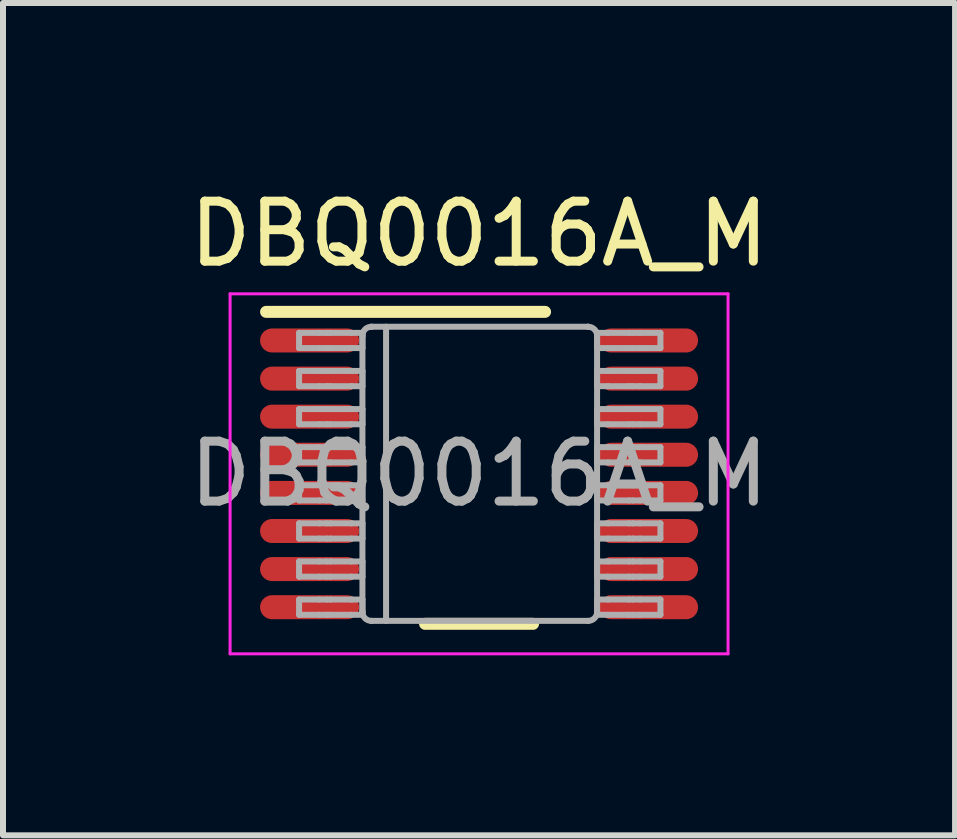
<source format=kicad_pcb>
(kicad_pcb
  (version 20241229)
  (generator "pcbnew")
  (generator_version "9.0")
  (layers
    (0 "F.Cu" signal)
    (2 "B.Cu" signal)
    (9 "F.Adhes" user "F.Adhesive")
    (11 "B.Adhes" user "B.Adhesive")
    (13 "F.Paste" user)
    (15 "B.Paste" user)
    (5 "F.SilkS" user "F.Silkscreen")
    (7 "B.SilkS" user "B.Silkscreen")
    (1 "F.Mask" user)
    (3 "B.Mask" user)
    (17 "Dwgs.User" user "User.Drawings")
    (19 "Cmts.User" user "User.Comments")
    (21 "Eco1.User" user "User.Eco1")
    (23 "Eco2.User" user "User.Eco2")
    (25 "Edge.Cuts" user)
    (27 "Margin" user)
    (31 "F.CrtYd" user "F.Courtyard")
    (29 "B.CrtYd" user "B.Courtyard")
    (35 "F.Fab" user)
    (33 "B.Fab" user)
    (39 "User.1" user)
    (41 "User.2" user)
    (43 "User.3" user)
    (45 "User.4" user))
  (footprint "DBQ0016A_M"
    (layer "F.Cu")
    (at 4.935 4.848)
    (property "Reference" "DBQ0016A_M" (at 0 -4 0) (layer "F.SilkS") (effects (font (size 1 1) (thickness 0.15))))
    (attr smd)
    (fp_line (start -3.55 -2.7) (end 1.1 -2.7) (stroke (width 0.2) (type solid)) (layer "F.SilkS"))
    (fp_line (start -0.9 2.5) (end 0.9 2.5) (stroke (width 0.2) (type solid)) (layer "F.SilkS"))
    (fp_line (start -4.15 -3) (end 4.15 -3) (stroke (width 0.05) (type solid)) (layer "F.CrtYd"))
    (fp_line (start -4.15 3) (end -4.15 -3) (stroke (width 0.05) (type solid)) (layer "F.CrtYd"))
    (fp_line (start -4.15 3) (end 4.15 3) (stroke (width 0.05) (type solid)) (layer "F.CrtYd"))
    (fp_line (start 4.15 3) (end 4.15 -3) (stroke (width 0.05) (type solid)) (layer "F.CrtYd"))
    (fp_line (start -3 -2.35) (end -2.66 -2.35) (stroke (width 0.1) (type solid)) (layer "F.Fab"))
    (fp_line (start -3 -2.096) (end -3 -2.35) (stroke (width 0.1) (type solid)) (layer "F.Fab"))
    (fp_line (start -3 -2.096) (end -2.66 -2.096) (stroke (width 0.1) (type solid)) (layer "F.Fab"))
    (fp_line (start -3 -1.715) (end -2.66 -1.715) (stroke (width 0.1) (type solid)) (layer "F.Fab"))
    (fp_line (start -3 -1.461) (end -3 -1.715) (stroke (width 0.1) (type solid)) (layer "F.Fab"))
    (fp_line (start -3 -1.461) (end -2.66 -1.461) (stroke (width 0.1) (type solid)) (layer "F.Fab"))
    (fp_line (start -3 -1.08) (end -2.66 -1.08) (stroke (width 0.1) (type solid)) (layer "F.Fab"))
    (fp_line (start -3 -0.826) (end -3 -1.08) (stroke (width 0.1) (type solid)) (layer "F.Fab"))
    (fp_line (start -3 -0.826) (end -2.66 -0.826) (stroke (width 0.1) (type solid)) (layer "F.Fab"))
    (fp_line (start -3 -0.445) (end -2.66 -0.445) (stroke (width 0.1) (type solid)) (layer "F.Fab"))
    (fp_line (start -3 -0.191) (end -3 -0.445) (stroke (width 0.1) (type solid)) (layer "F.Fab"))
    (fp_line (start -3 -0.191) (end -2.66 -0.191) (stroke (width 0.1) (type solid)) (layer "F.Fab"))
    (fp_line (start -3 0.19) (end -2.66 0.19) (stroke (width 0.1) (type solid)) (layer "F.Fab"))
    (fp_line (start -3 0.444) (end -3 0.19) (stroke (width 0.1) (type solid)) (layer "F.Fab"))
    (fp_line (start -3 0.444) (end -2.66 0.444) (stroke (width 0.1) (type solid)) (layer "F.Fab"))
    (fp_line (start -3 0.825) (end -2.66 0.825) (stroke (width 0.1) (type solid)) (layer "F.Fab"))
    (fp_line (start -3 1.079) (end -3 0.825) (stroke (width 0.1) (type solid)) (layer "F.Fab"))
    (fp_line (start -3 1.079) (end -2.66 1.079) (stroke (width 0.1) (type solid)) (layer "F.Fab"))
    (fp_line (start -3 1.46) (end -2.66 1.46) (stroke (width 0.1) (type solid)) (layer "F.Fab"))
    (fp_line (start -3 1.714) (end -3 1.46) (stroke (width 0.1) (type solid)) (layer "F.Fab"))
    (fp_line (start -3 1.714) (end -2.66 1.714) (stroke (width 0.1) (type solid)) (layer "F.Fab"))
    (fp_line (start -3 2.095) (end -2.66 2.095) (stroke (width 0.1) (type solid)) (layer "F.Fab"))
    (fp_line (start -3 2.349) (end -3 2.095) (stroke (width 0.1) (type solid)) (layer "F.Fab"))
    (fp_line (start -3 2.349) (end -2.66 2.349) (stroke (width 0.1) (type solid)) (layer "F.Fab"))
    (fp_line (start -2.66 -2.35) (end -2.544 -2.35) (stroke (width 0.1) (type solid)) (layer "F.Fab"))
    (fp_line (start -2.66 -2.096) (end -2.544 -2.096) (stroke (width 0.1) (type solid)) (layer "F.Fab"))
    (fp_line (start -2.66 -1.715) (end -2.544 -1.715) (stroke (width 0.1) (type solid)) (layer "F.Fab"))
    (fp_line (start -2.66 -1.461) (end -2.544 -1.461) (stroke (width 0.1) (type solid)) (layer "F.Fab"))
    (fp_line (start -2.66 -1.08) (end -2.544 -1.08) (stroke (width 0.1) (type solid)) (layer "F.Fab"))
    (fp_line (start -2.66 -0.826) (end -2.544 -0.826) (stroke (width 0.1) (type solid)) (layer "F.Fab"))
    (fp_line (start -2.66 -0.445) (end -2.544 -0.445) (stroke (width 0.1) (type solid)) (layer "F.Fab"))
    (fp_line (start -2.66 -0.191) (end -2.544 -0.191) (stroke (width 0.1) (type solid)) (layer "F.Fab"))
    (fp_line (start -2.66 0.19) (end -2.544 0.19) (stroke (width 0.1) (type solid)) (layer "F.Fab"))
    (fp_line (start -2.66 0.444) (end -2.544 0.444) (stroke (width 0.1) (type solid)) (layer "F.Fab"))
    (fp_line (start -2.66 0.825) (end -2.544 0.825) (stroke (width 0.1) (type solid)) (layer "F.Fab"))
    (fp_line (start -2.66 1.079) (end -2.544 1.079) (stroke (width 0.1) (type solid)) (layer "F.Fab"))
    (fp_line (start -2.66 1.46) (end -2.544 1.46) (stroke (width 0.1) (type solid)) (layer "F.Fab"))
    (fp_line (start -2.66 1.714) (end -2.544 1.714) (stroke (width 0.1) (type solid)) (layer "F.Fab"))
    (fp_line (start -2.66 2.095) (end -2.544 2.095) (stroke (width 0.1) (type solid)) (layer "F.Fab"))
    (fp_line (start -2.66 2.349) (end -2.544 2.349) (stroke (width 0.1) (type solid)) (layer "F.Fab"))
    (fp_line (start -2.544 -2.35) (end -2.477 -2.35) (stroke (width 0.1) (type solid)) (layer "F.Fab"))
    (fp_line (start -2.544 -2.096) (end -2.477 -2.096) (stroke (width 0.1) (type solid)) (layer "F.Fab"))
    (fp_line (start -2.544 -1.715) (end -2.477 -1.715) (stroke (width 0.1) (type solid)) (layer "F.Fab"))
    (fp_line (start -2.544 -1.461) (end -2.477 -1.461) (stroke (width 0.1) (type solid)) (layer "F.Fab"))
    (fp_line (start -2.544 -1.08) (end -2.477 -1.08) (stroke (width 0.1) (type solid)) (layer "F.Fab"))
    (fp_line (start -2.544 -0.826) (end -2.477 -0.826) (stroke (width 0.1) (type solid)) (layer "F.Fab"))
    (fp_line (start -2.544 -0.445) (end -2.477 -0.445) (stroke (width 0.1) (type solid)) (layer "F.Fab"))
    (fp_line (start -2.544 -0.191) (end -2.477 -0.191) (stroke (width 0.1) (type solid)) (layer "F.Fab"))
    (fp_line (start -2.544 0.19) (end -2.477 0.19) (stroke (width 0.1) (type solid)) (layer "F.Fab"))
    (fp_line (start -2.544 0.444) (end -2.477 0.444) (stroke (width 0.1) (type solid)) (layer "F.Fab"))
    (fp_line (start -2.544 0.825) (end -2.477 0.825) (stroke (width 0.1) (type solid)) (layer "F.Fab"))
    (fp_line (start -2.544 1.079) (end -2.477 1.079) (stroke (width 0.1) (type solid)) (layer "F.Fab"))
    (fp_line (start -2.544 1.46) (end -2.477 1.46) (stroke (width 0.1) (type solid)) (layer "F.Fab"))
    (fp_line (start -2.544 1.714) (end -2.477 1.714) (stroke (width 0.1) (type solid)) (layer "F.Fab"))
    (fp_line (start -2.544 2.095) (end -2.477 2.095) (stroke (width 0.1) (type solid)) (layer "F.Fab"))
    (fp_line (start -2.544 2.349) (end -2.477 2.349) (stroke (width 0.1) (type solid)) (layer "F.Fab"))
    (fp_line (start -2.477 -2.35) (end -2.127 -2.35) (stroke (width 0.1) (type solid)) (layer "F.Fab"))
    (fp_line (start -2.477 -2.096) (end -2.127 -2.096) (stroke (width 0.1) (type solid)) (layer "F.Fab"))
    (fp_line (start -2.477 -1.715) (end -2.127 -1.715) (stroke (width 0.1) (type solid)) (layer "F.Fab"))
    (fp_line (start -2.477 -1.461) (end -2.127 -1.461) (stroke (width 0.1) (type solid)) (layer "F.Fab"))
    (fp_line (start -2.477 -1.08) (end -2.127 -1.08) (stroke (width 0.1) (type solid)) (layer "F.Fab"))
    (fp_line (start -2.477 -0.826) (end -2.127 -0.826) (stroke (width 0.1) (type solid)) (layer "F.Fab"))
    (fp_line (start -2.477 -0.445) (end -2.127 -0.445) (stroke (width 0.1) (type solid)) (layer "F.Fab"))
    (fp_line (start -2.477 -0.191) (end -2.127 -0.191) (stroke (width 0.1) (type solid)) (layer "F.Fab"))
    (fp_line (start -2.477 0.19) (end -2.127 0.19) (stroke (width 0.1) (type solid)) (layer "F.Fab"))
    (fp_line (start -2.477 0.444) (end -2.127 0.444) (stroke (width 0.1) (type solid)) (layer "F.Fab"))
    (fp_line (start -2.477 0.825) (end -2.127 0.825) (stroke (width 0.1) (type solid)) (layer "F.Fab"))
    (fp_line (start -2.477 1.079) (end -2.127 1.079) (stroke (width 0.1) (type solid)) (layer "F.Fab"))
    (fp_line (start -2.477 1.46) (end -2.127 1.46) (stroke (width 0.1) (type solid)) (layer "F.Fab"))
    (fp_line (start -2.477 1.714) (end -2.127 1.714) (stroke (width 0.1) (type solid)) (layer "F.Fab"))
    (fp_line (start -2.477 2.095) (end -2.127 2.095) (stroke (width 0.1) (type solid)) (layer "F.Fab"))
    (fp_line (start -2.477 2.349) (end -2.127 2.349) (stroke (width 0.1) (type solid)) (layer "F.Fab"))
    (fp_line (start -2.127 -2.35) (end -1.944 -2.35) (stroke (width 0.1) (type solid)) (layer "F.Fab"))
    (fp_line (start -2.127 -2.096) (end -1.944 -2.096) (stroke (width 0.1) (type solid)) (layer "F.Fab"))
    (fp_line (start -2.127 -1.715) (end -1.944 -1.715) (stroke (width 0.1) (type solid)) (layer "F.Fab"))
    (fp_line (start -2.127 -1.461) (end -1.944 -1.461) (stroke (width 0.1) (type solid)) (layer "F.Fab"))
    (fp_line (start -2.127 -1.08) (end -1.944 -1.08) (stroke (width 0.1) (type solid)) (layer "F.Fab"))
    (fp_line (start -2.127 -0.826) (end -1.944 -0.826) (stroke (width 0.1) (type solid)) (layer "F.Fab"))
    (fp_line (start -2.127 -0.445) (end -1.944 -0.445) (stroke (width 0.1) (type solid)) (layer "F.Fab"))
    (fp_line (start -2.127 -0.191) (end -1.944 -0.191) (stroke (width 0.1) (type solid)) (layer "F.Fab"))
    (fp_line (start -2.127 0.19) (end -1.944 0.19) (stroke (width 0.1) (type solid)) (layer "F.Fab"))
    (fp_line (start -2.127 0.444) (end -1.944 0.444) (stroke (width 0.1) (type solid)) (layer "F.Fab"))
    (fp_line (start -2.127 0.825) (end -1.944 0.825) (stroke (width 0.1) (type solid)) (layer "F.Fab"))
    (fp_line (start -2.127 1.079) (end -1.944 1.079) (stroke (width 0.1) (type solid)) (layer "F.Fab"))
    (fp_line (start -2.127 1.46) (end -1.944 1.46) (stroke (width 0.1) (type solid)) (layer "F.Fab"))
    (fp_line (start -2.127 1.714) (end -1.944 1.714) (stroke (width 0.1) (type solid)) (layer "F.Fab"))
    (fp_line (start -2.127 2.095) (end -1.944 2.095) (stroke (width 0.1) (type solid)) (layer "F.Fab"))
    (fp_line (start -2.127 2.349) (end -1.944 2.349) (stroke (width 0.1) (type solid)) (layer "F.Fab"))
    (fp_line (start -1.944 -2.299) (end -1.944 -2.302) (stroke (width 0.1) (type solid)) (layer "F.Fab"))
    (fp_line (start -1.944 -2.096) (end -1.944 -2.35) (stroke (width 0.1) (type solid)) (layer "F.Fab"))
    (fp_line (start -1.944 -1.461) (end -1.944 -1.715) (stroke (width 0.1) (type solid)) (layer "F.Fab"))
    (fp_line (start -1.944 -0.826) (end -1.944 -1.08) (stroke (width 0.1) (type solid)) (layer "F.Fab"))
    (fp_line (start -1.944 -0.191) (end -1.944 -0.445) (stroke (width 0.1) (type solid)) (layer "F.Fab"))
    (fp_line (start -1.944 0.444) (end -1.944 0.19) (stroke (width 0.1) (type solid)) (layer "F.Fab"))
    (fp_line (start -1.944 1.079) (end -1.944 0.825) (stroke (width 0.1) (type solid)) (layer "F.Fab"))
    (fp_line (start -1.944 1.714) (end -1.944 1.46) (stroke (width 0.1) (type solid)) (layer "F.Fab"))
    (fp_line (start -1.944 2.298) (end -1.944 -2.299) (stroke (width 0.1) (type solid)) (layer "F.Fab"))
    (fp_line (start -1.944 2.298) (end -1.944 2.301) (stroke (width 0.1) (type solid)) (layer "F.Fab"))
    (fp_line (start -1.944 2.349) (end -1.944 2.095) (stroke (width 0.1) (type solid)) (layer "F.Fab"))
    (fp_line (start -1.794 -2.452) (end -1.792 -2.452) (stroke (width 0.1) (type solid)) (layer "F.Fab"))
    (fp_line (start -1.794 2.451) (end -1.792 2.451) (stroke (width 0.1) (type solid)) (layer "F.Fab"))
    (fp_line (start -1.792 -2.452) (end 1.815 -2.452) (stroke (width 0.1) (type solid)) (layer "F.Fab"))
    (fp_line (start -1.792 2.451) (end 1.815 2.451) (stroke (width 0.1) (type solid)) (layer "F.Fab"))
    (fp_line (start -1.55 2.451) (end -1.55 -2.452) (stroke (width 0.1) (type solid)) (layer "F.Fab"))
    (fp_line (start 1.815 -2.452) (end 1.817 -2.452) (stroke (width 0.1) (type solid)) (layer "F.Fab"))
    (fp_line (start 1.815 2.451) (end 1.817 2.451) (stroke (width 0.1) (type solid)) (layer "F.Fab"))
    (fp_line (start 1.967 -2.302) (end 1.967 -2.299) (stroke (width 0.1) (type solid)) (layer "F.Fab"))
    (fp_line (start 1.967 2.301) (end 1.967 2.298) (stroke (width 0.1) (type solid)) (layer "F.Fab"))
    (fp_line (start 1.967 -2.35) (end 2.149 -2.35) (stroke (width 0.1) (type solid)) (layer "F.Fab"))
    (fp_line (start 1.967 -2.096) (end 1.967 -2.35) (stroke (width 0.1) (type solid)) (layer "F.Fab"))
    (fp_line (start 1.967 -2.096) (end 2.149 -2.096) (stroke (width 0.1) (type solid)) (layer "F.Fab"))
    (fp_line (start 1.967 -1.715) (end 2.149 -1.715) (stroke (width 0.1) (type solid)) (layer "F.Fab"))
    (fp_line (start 1.967 -1.461) (end 1.967 -1.715) (stroke (width 0.1) (type solid)) (layer "F.Fab"))
    (fp_line (start 1.967 -1.461) (end 2.149 -1.461) (stroke (width 0.1) (type solid)) (layer "F.Fab"))
    (fp_line (start 1.967 -1.08) (end 2.149 -1.08) (stroke (width 0.1) (type solid)) (layer "F.Fab"))
    (fp_line (start 1.967 -0.826) (end 1.967 -1.08) (stroke (width 0.1) (type solid)) (layer "F.Fab"))
    (fp_line (start 1.967 -0.826) (end 2.149 -0.826) (stroke (width 0.1) (type solid)) (layer "F.Fab"))
    (fp_line (start 1.967 -0.445) (end 2.149 -0.445) (stroke (width 0.1) (type solid)) (layer "F.Fab"))
    (fp_line (start 1.967 -0.191) (end 1.967 -0.445) (stroke (width 0.1) (type solid)) (layer "F.Fab"))
    (fp_line (start 1.967 -0.191) (end 2.149 -0.191) (stroke (width 0.1) (type solid)) (layer "F.Fab"))
    (fp_line (start 1.967 0.19) (end 2.149 0.19) (stroke (width 0.1) (type solid)) (layer "F.Fab"))
    (fp_line (start 1.967 0.444) (end 1.967 0.19) (stroke (width 0.1) (type solid)) (layer "F.Fab"))
    (fp_line (start 1.967 0.444) (end 2.149 0.444) (stroke (width 0.1) (type solid)) (layer "F.Fab"))
    (fp_line (start 1.967 0.825) (end 2.149 0.825) (stroke (width 0.1) (type solid)) (layer "F.Fab"))
    (fp_line (start 1.967 1.079) (end 1.967 0.825) (stroke (width 0.1) (type solid)) (layer "F.Fab"))
    (fp_line (start 1.967 1.079) (end 2.149 1.079) (stroke (width 0.1) (type solid)) (layer "F.Fab"))
    (fp_line (start 1.967 1.46) (end 2.149 1.46) (stroke (width 0.1) (type solid)) (layer "F.Fab"))
    (fp_line (start 1.967 1.714) (end 1.967 1.46) (stroke (width 0.1) (type solid)) (layer "F.Fab"))
    (fp_line (start 1.967 1.714) (end 2.149 1.714) (stroke (width 0.1) (type solid)) (layer "F.Fab"))
    (fp_line (start 1.967 2.095) (end 2.149 2.095) (stroke (width 0.1) (type solid)) (layer "F.Fab"))
    (fp_line (start 1.967 2.298) (end 1.967 -2.299) (stroke (width 0.1) (type solid)) (layer "F.Fab"))
    (fp_line (start 1.967 2.349) (end 1.967 2.095) (stroke (width 0.1) (type solid)) (layer "F.Fab"))
    (fp_line (start 1.967 2.349) (end 2.149 2.349) (stroke (width 0.1) (type solid)) (layer "F.Fab"))
    (fp_line (start 2.149 -2.35) (end 2.5 -2.35) (stroke (width 0.1) (type solid)) (layer "F.Fab"))
    (fp_line (start 2.149 -2.096) (end 2.5 -2.096) (stroke (width 0.1) (type solid)) (layer "F.Fab"))
    (fp_line (start 2.149 -1.715) (end 2.5 -1.715) (stroke (width 0.1) (type solid)) (layer "F.Fab"))
    (fp_line (start 2.149 -1.461) (end 2.5 -1.461) (stroke (width 0.1) (type solid)) (layer "F.Fab"))
    (fp_line (start 2.149 -1.08) (end 2.5 -1.08) (stroke (width 0.1) (type solid)) (layer "F.Fab"))
    (fp_line (start 2.149 -0.826) (end 2.5 -0.826) (stroke (width 0.1) (type solid)) (layer "F.Fab"))
    (fp_line (start 2.149 -0.445) (end 2.5 -0.445) (stroke (width 0.1) (type solid)) (layer "F.Fab"))
    (fp_line (start 2.149 -0.191) (end 2.5 -0.191) (stroke (width 0.1) (type solid)) (layer "F.Fab"))
    (fp_line (start 2.149 0.19) (end 2.5 0.19) (stroke (width 0.1) (type solid)) (layer "F.Fab"))
    (fp_line (start 2.149 0.444) (end 2.5 0.444) (stroke (width 0.1) (type solid)) (layer "F.Fab"))
    (fp_line (start 2.149 0.825) (end 2.5 0.825) (stroke (width 0.1) (type solid)) (layer "F.Fab"))
    (fp_line (start 2.149 1.079) (end 2.5 1.079) (stroke (width 0.1) (type solid)) (layer "F.Fab"))
    (fp_line (start 2.149 1.46) (end 2.5 1.46) (stroke (width 0.1) (type solid)) (layer "F.Fab"))
    (fp_line (start 2.149 1.714) (end 2.5 1.714) (stroke (width 0.1) (type solid)) (layer "F.Fab"))
    (fp_line (start 2.149 2.095) (end 2.5 2.095) (stroke (width 0.1) (type solid)) (layer "F.Fab"))
    (fp_line (start 2.149 2.349) (end 2.5 2.349) (stroke (width 0.1) (type solid)) (layer "F.Fab"))
    (fp_line (start 2.5 -2.35) (end 2.566 -2.35) (stroke (width 0.1) (type solid)) (layer "F.Fab"))
    (fp_line (start 2.5 -2.096) (end 2.566 -2.096) (stroke (width 0.1) (type solid)) (layer "F.Fab"))
    (fp_line (start 2.5 -1.715) (end 2.566 -1.715) (stroke (width 0.1) (type solid)) (layer "F.Fab"))
    (fp_line (start 2.5 -1.461) (end 2.566 -1.461) (stroke (width 0.1) (type solid)) (layer "F.Fab"))
    (fp_line (start 2.5 -1.08) (end 2.566 -1.08) (stroke (width 0.1) (type solid)) (layer "F.Fab"))
    (fp_line (start 2.5 -0.826) (end 2.566 -0.826) (stroke (width 0.1) (type solid)) (layer "F.Fab"))
    (fp_line (start 2.5 -0.445) (end 2.566 -0.445) (stroke (width 0.1) (type solid)) (layer "F.Fab"))
    (fp_line (start 2.5 -0.191) (end 2.566 -0.191) (stroke (width 0.1) (type solid)) (layer "F.Fab"))
    (fp_line (start 2.5 0.19) (end 2.566 0.19) (stroke (width 0.1) (type solid)) (layer "F.Fab"))
    (fp_line (start 2.5 0.444) (end 2.566 0.444) (stroke (width 0.1) (type solid)) (layer "F.Fab"))
    (fp_line (start 2.5 0.825) (end 2.566 0.825) (stroke (width 0.1) (type solid)) (layer "F.Fab"))
    (fp_line (start 2.5 1.079) (end 2.566 1.079) (stroke (width 0.1) (type solid)) (layer "F.Fab"))
    (fp_line (start 2.5 1.46) (end 2.566 1.46) (stroke (width 0.1) (type solid)) (layer "F.Fab"))
    (fp_line (start 2.5 1.714) (end 2.566 1.714) (stroke (width 0.1) (type solid)) (layer "F.Fab"))
    (fp_line (start 2.5 2.095) (end 2.566 2.095) (stroke (width 0.1) (type solid)) (layer "F.Fab"))
    (fp_line (start 2.5 2.349) (end 2.566 2.349) (stroke (width 0.1) (type solid)) (layer "F.Fab"))
    (fp_line (start 2.566 -2.35) (end 2.683 -2.35) (stroke (width 0.1) (type solid)) (layer "F.Fab"))
    (fp_line (start 2.566 -2.096) (end 2.683 -2.096) (stroke (width 0.1) (type solid)) (layer "F.Fab"))
    (fp_line (start 2.566 -1.715) (end 2.683 -1.715) (stroke (width 0.1) (type solid)) (layer "F.Fab"))
    (fp_line (start 2.566 -1.461) (end 2.683 -1.461) (stroke (width 0.1) (type solid)) (layer "F.Fab"))
    (fp_line (start 2.566 -1.08) (end 2.683 -1.08) (stroke (width 0.1) (type solid)) (layer "F.Fab"))
    (fp_line (start 2.566 -0.826) (end 2.683 -0.826) (stroke (width 0.1) (type solid)) (layer "F.Fab"))
    (fp_line (start 2.566 -0.445) (end 2.683 -0.445) (stroke (width 0.1) (type solid)) (layer "F.Fab"))
    (fp_line (start 2.566 -0.191) (end 2.683 -0.191) (stroke (width 0.1) (type solid)) (layer "F.Fab"))
    (fp_line (start 2.566 0.19) (end 2.683 0.19) (stroke (width 0.1) (type solid)) (layer "F.Fab"))
    (fp_line (start 2.566 0.444) (end 2.683 0.444) (stroke (width 0.1) (type solid)) (layer "F.Fab"))
    (fp_line (start 2.566 0.825) (end 2.683 0.825) (stroke (width 0.1) (type solid)) (layer "F.Fab"))
    (fp_line (start 2.566 1.079) (end 2.683 1.079) (stroke (width 0.1) (type solid)) (layer "F.Fab"))
    (fp_line (start 2.566 1.46) (end 2.683 1.46) (stroke (width 0.1) (type solid)) (layer "F.Fab"))
    (fp_line (start 2.566 1.714) (end 2.683 1.714) (stroke (width 0.1) (type solid)) (layer "F.Fab"))
    (fp_line (start 2.566 2.095) (end 2.683 2.095) (stroke (width 0.1) (type solid)) (layer "F.Fab"))
    (fp_line (start 2.566 2.349) (end 2.683 2.349) (stroke (width 0.1) (type solid)) (layer "F.Fab"))
    (fp_line (start 2.683 -2.35) (end 3.023 -2.35) (stroke (width 0.1) (type solid)) (layer "F.Fab"))
    (fp_line (start 2.683 -2.096) (end 3.023 -2.096) (stroke (width 0.1) (type solid)) (layer "F.Fab"))
    (fp_line (start 2.683 -1.715) (end 3.023 -1.715) (stroke (width 0.1) (type solid)) (layer "F.Fab"))
    (fp_line (start 2.683 -1.461) (end 3.023 -1.461) (stroke (width 0.1) (type solid)) (layer "F.Fab"))
    (fp_line (start 2.683 -1.08) (end 3.023 -1.08) (stroke (width 0.1) (type solid)) (layer "F.Fab"))
    (fp_line (start 2.683 -0.826) (end 3.023 -0.826) (stroke (width 0.1) (type solid)) (layer "F.Fab"))
    (fp_line (start 2.683 -0.445) (end 3.023 -0.445) (stroke (width 0.1) (type solid)) (layer "F.Fab"))
    (fp_line (start 2.683 -0.191) (end 3.023 -0.191) (stroke (width 0.1) (type solid)) (layer "F.Fab"))
    (fp_line (start 2.683 0.19) (end 3.023 0.19) (stroke (width 0.1) (type solid)) (layer "F.Fab"))
    (fp_line (start 2.683 0.444) (end 3.023 0.444) (stroke (width 0.1) (type solid)) (layer "F.Fab"))
    (fp_line (start 2.683 0.825) (end 3.023 0.825) (stroke (width 0.1) (type solid)) (layer "F.Fab"))
    (fp_line (start 2.683 1.079) (end 3.023 1.079) (stroke (width 0.1) (type solid)) (layer "F.Fab"))
    (fp_line (start 2.683 1.46) (end 3.023 1.46) (stroke (width 0.1) (type solid)) (layer "F.Fab"))
    (fp_line (start 2.683 1.714) (end 3.023 1.714) (stroke (width 0.1) (type solid)) (layer "F.Fab"))
    (fp_line (start 2.683 2.095) (end 3.023 2.095) (stroke (width 0.1) (type solid)) (layer "F.Fab"))
    (fp_line (start 2.683 2.349) (end 3.023 2.349) (stroke (width 0.1) (type solid)) (layer "F.Fab"))
    (fp_line (start 3.023 -2.096) (end 3.023 -2.35) (stroke (width 0.1) (type solid)) (layer "F.Fab"))
    (fp_line (start 3.023 -1.461) (end 3.023 -1.715) (stroke (width 0.1) (type solid)) (layer "F.Fab"))
    (fp_line (start 3.023 -0.826) (end 3.023 -1.08) (stroke (width 0.1) (type solid)) (layer "F.Fab"))
    (fp_line (start 3.023 -0.191) (end 3.023 -0.445) (stroke (width 0.1) (type solid)) (layer "F.Fab"))
    (fp_line (start 3.023 0.444) (end 3.023 0.19) (stroke (width 0.1) (type solid)) (layer "F.Fab"))
    (fp_line (start 3.023 1.079) (end 3.023 0.825) (stroke (width 0.1) (type solid)) (layer "F.Fab"))
    (fp_line (start 3.023 1.714) (end 3.023 1.46) (stroke (width 0.1) (type solid)) (layer "F.Fab"))
    (fp_line (start 3.023 2.349) (end 3.023 2.095) (stroke (width 0.1) (type solid)) (layer "F.Fab"))
    (fp_arc (start -1.944418 -2.301514) (mid -1.900737 -2.407911) (end -1.79434 -2.451592) (stroke (width 0.1) (type solid)) (layer "F.Fab"))
    (fp_arc (start -1.794339 2.450592) (mid -1.900737 2.406911) (end -1.944418 2.300512) (stroke (width 0.1) (type solid)) (layer "F.Fab"))
    (fp_arc (start 1.81709 -2.451592) (mid 1.923488 -2.407911) (end 1.967169 -2.301514) (stroke (width 0.1) (type solid)) (layer "F.Fab"))
    (fp_arc (start 1.967169 2.300513) (mid 1.923488 2.406911) (end 1.81709 2.450592) (stroke (width 0.1) (type solid)) (layer "F.Fab"))
    (fp_text user "${REFERENCE}" (at 0 0 0) (unlocked yes) (layer "F.Fab") (effects (font (size 1 1) (thickness 0.15))))
    (pad "1" smd oval (at -2.825 -2.223 90) (size 0.4 1.65) (layers "F.Cu" "F.Mask" "F.Paste"))
    (pad "2" smd oval (at -2.825 -1.587 90) (size 0.4 1.65) (layers "F.Cu" "F.Mask" "F.Paste"))
    (pad "3" smd oval (at -2.825 -0.953 90) (size 0.4 1.65) (layers "F.Cu" "F.Mask" "F.Paste"))
    (pad "4" smd oval (at -2.825 -0.318 90) (size 0.4 1.65) (layers "F.Cu" "F.Mask" "F.Paste"))
    (pad "5" smd oval (at -2.825 0.318 90) (size 0.4 1.65) (layers "F.Cu" "F.Mask" "F.Paste"))
    (pad "6" smd oval (at -2.825 0.953 90) (size 0.4 1.65) (layers "F.Cu" "F.Mask" "F.Paste"))
    (pad "7" smd oval (at -2.825 1.587 90) (size 0.4 1.65) (layers "F.Cu" "F.Mask" "F.Paste"))
    (pad "8" smd oval (at -2.825 2.223 90) (size 0.4 1.65) (layers "F.Cu" "F.Mask" "F.Paste"))
    (pad "9" smd oval (at 2.825 2.223 90) (size 0.4 1.65) (layers "F.Cu" "F.Mask" "F.Paste"))
    (pad "10" smd oval (at 2.825 1.587 90) (size 0.4 1.65) (layers "F.Cu" "F.Mask" "F.Paste"))
    (pad "11" smd oval (at 2.825 0.953 90) (size 0.4 1.65) (layers "F.Cu" "F.Mask" "F.Paste"))
    (pad "12" smd oval (at 2.825 0.318 90) (size 0.4 1.65) (layers "F.Cu" "F.Mask" "F.Paste"))
    (pad "13" smd oval (at 2.825 -0.318 90) (size 0.4 1.65) (layers "F.Cu" "F.Mask" "F.Paste"))
    (pad "14" smd oval (at 2.825 -0.953 90) (size 0.4 1.65) (layers "F.Cu" "F.Mask" "F.Paste"))
    (pad "15" smd oval (at 2.825 -1.587 90) (size 0.4 1.65) (layers "F.Cu" "F.Mask" "F.Paste"))
    (pad "16" smd oval (at 2.825 -2.223 90) (size 0.4 1.65) (layers "F.Cu" "F.Mask" "F.Paste")))
  (gr_rect
    (start -3 -3)
    (end 12.869 10.873)
    (stroke (width 0.1) (type default))
    (fill no)
    (layer "Edge.Cuts")))
</source>
